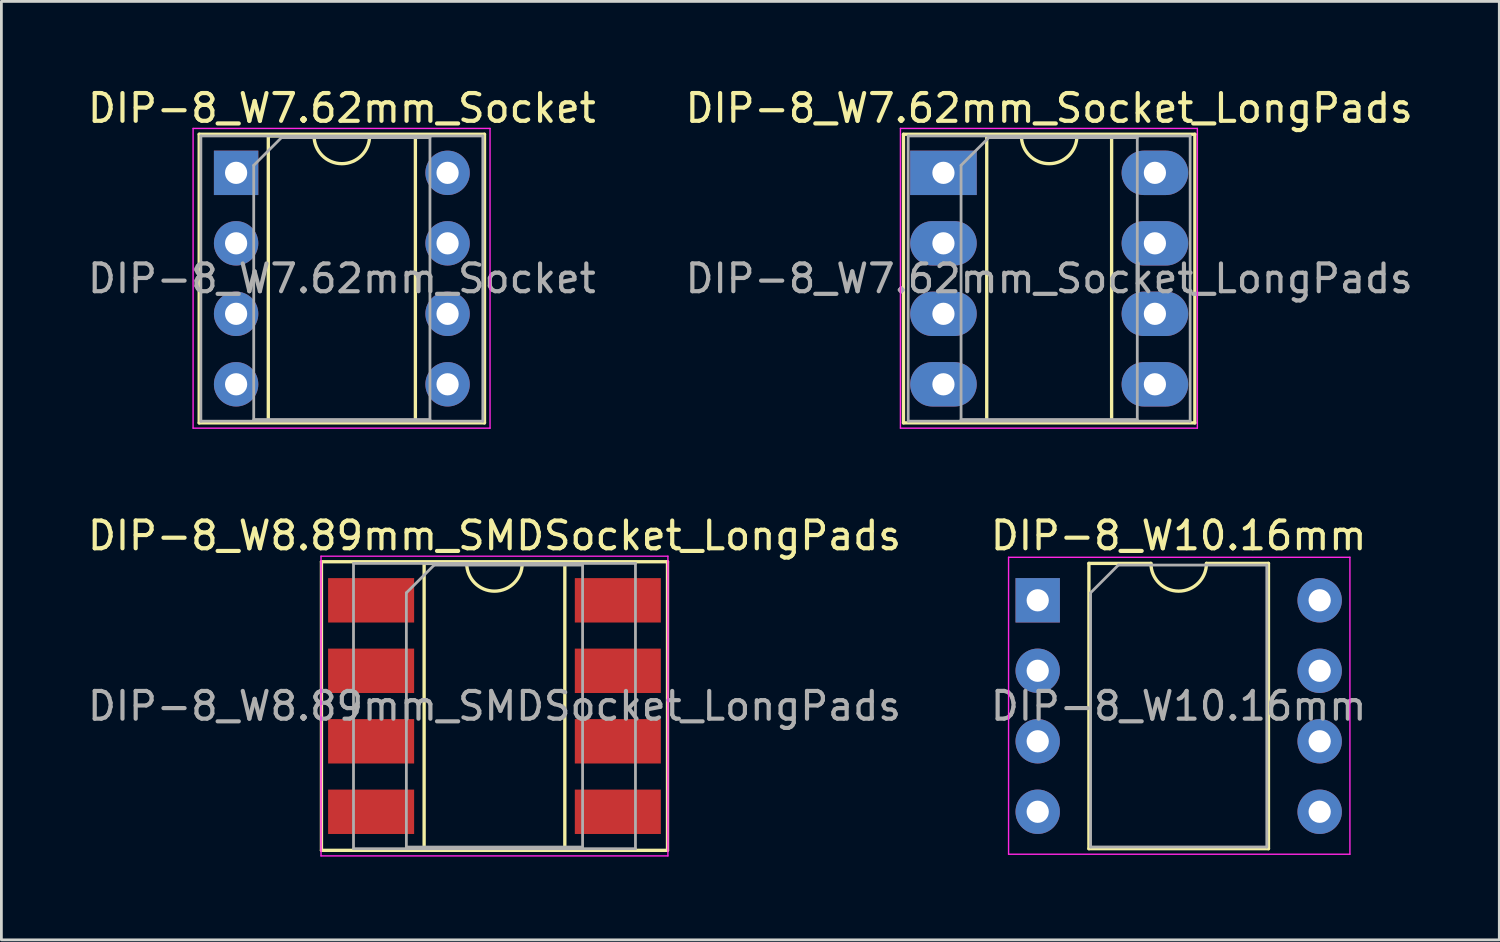
<source format=kicad_pcb>
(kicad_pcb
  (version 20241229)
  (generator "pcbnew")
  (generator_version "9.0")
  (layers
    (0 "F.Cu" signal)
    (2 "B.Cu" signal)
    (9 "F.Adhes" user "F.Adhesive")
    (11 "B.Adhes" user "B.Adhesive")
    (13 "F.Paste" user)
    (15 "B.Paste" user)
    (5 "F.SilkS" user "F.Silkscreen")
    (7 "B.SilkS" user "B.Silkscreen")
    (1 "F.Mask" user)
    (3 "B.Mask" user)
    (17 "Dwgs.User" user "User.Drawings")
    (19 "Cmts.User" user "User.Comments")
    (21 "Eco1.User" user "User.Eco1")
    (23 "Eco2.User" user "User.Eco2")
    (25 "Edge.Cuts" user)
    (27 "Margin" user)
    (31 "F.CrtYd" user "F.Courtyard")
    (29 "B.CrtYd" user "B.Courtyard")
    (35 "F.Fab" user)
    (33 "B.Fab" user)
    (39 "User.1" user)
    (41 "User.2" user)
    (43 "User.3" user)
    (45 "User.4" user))
  (footprint "DIP-8_W10.16mm"
    (layer "F.Cu")
    (at 34.343 18.581)
    (property "Reference" "DIP-8_W10.16mm" (at 5.08 -2.33 0) (layer "F.SilkS") (effects (font (size 1 1) (thickness 0.15))))
    (attr through_hole)
    (fp_line (start 1.845 -1.33) (end 1.845 8.95) (stroke (width 0.12) (type solid)) (layer "F.SilkS"))
    (fp_line (start 1.845 8.95) (end 8.315 8.95) (stroke (width 0.12) (type solid)) (layer "F.SilkS"))
    (fp_line (start 4.08 -1.33) (end 1.845 -1.33) (stroke (width 0.12) (type solid)) (layer "F.SilkS"))
    (fp_line (start 8.315 -1.33) (end 6.08 -1.33) (stroke (width 0.12) (type solid)) (layer "F.SilkS"))
    (fp_line (start 8.315 8.95) (end 8.315 -1.33) (stroke (width 0.12) (type solid)) (layer "F.SilkS"))
    (fp_arc (start 6.08 -1.33) (mid 5.08 -0.33) (end 4.08 -1.33) (stroke (width 0.12) (type solid)) (layer "F.SilkS"))
    (fp_line (start -1.05 -1.55) (end -1.05 9.15) (stroke (width 0.05) (type solid)) (layer "F.CrtYd"))
    (fp_line (start -1.05 9.15) (end 11.25 9.15) (stroke (width 0.05) (type solid)) (layer "F.CrtYd"))
    (fp_line (start 11.25 -1.55) (end -1.05 -1.55) (stroke (width 0.05) (type solid)) (layer "F.CrtYd"))
    (fp_line (start 11.25 9.15) (end 11.25 -1.55) (stroke (width 0.05) (type solid)) (layer "F.CrtYd"))
    (fp_line (start 1.905 -0.27) (end 2.905 -1.27) (stroke (width 0.1) (type solid)) (layer "F.Fab"))
    (fp_line (start 1.905 8.89) (end 1.905 -0.27) (stroke (width 0.1) (type solid)) (layer "F.Fab"))
    (fp_line (start 2.905 -1.27) (end 8.255 -1.27) (stroke (width 0.1) (type solid)) (layer "F.Fab"))
    (fp_line (start 8.255 -1.27) (end 8.255 8.89) (stroke (width 0.1) (type solid)) (layer "F.Fab"))
    (fp_line (start 8.255 8.89) (end 1.905 8.89) (stroke (width 0.1) (type solid)) (layer "F.Fab"))
    (fp_text user "${REFERENCE}" (at 5.08 3.81 0) (layer "F.Fab") (effects (font (size 1 1) (thickness 0.15))))
    (pad "1" thru_hole rect (at 0 0) (size 1.6 1.6) (drill 0.8) (layers "*.Cu" "*.Mask"))
    (pad "2" thru_hole oval (at 0 2.54) (size 1.6 1.6) (drill 0.8) (layers "*.Cu" "*.Mask"))
    (pad "3" thru_hole oval (at 0 5.08) (size 1.6 1.6) (drill 0.8) (layers "*.Cu" "*.Mask"))
    (pad "4" thru_hole oval (at 0 7.62) (size 1.6 1.6) (drill 0.8) (layers "*.Cu" "*.Mask"))
    (pad "5" thru_hole oval (at 10.16 7.62) (size 1.6 1.6) (drill 0.8) (layers "*.Cu" "*.Mask"))
    (pad "6" thru_hole oval (at 10.16 5.08) (size 1.6 1.6) (drill 0.8) (layers "*.Cu" "*.Mask"))
    (pad "7" thru_hole oval (at 10.16 2.54) (size 1.6 1.6) (drill 0.8) (layers "*.Cu" "*.Mask"))
    (pad "8" thru_hole oval (at 10.16 0) (size 1.6 1.6) (drill 0.8) (layers "*.Cu" "*.Mask")))
  (footprint "DIP-8_W7.62mm_Socket_LongPads"
    (layer "F.Cu")
    (at 30.946 3.178)
    (property "Reference" "DIP-8_W7.62mm_Socket_LongPads" (at 3.81 -2.33 0) (layer "F.SilkS") (effects (font (size 1 1) (thickness 0.15))))
    (attr through_hole)
    (fp_line (start -1.44 -1.39) (end -1.44 9.01) (stroke (width 0.12) (type solid)) (layer "F.SilkS"))
    (fp_line (start -1.44 9.01) (end 9.06 9.01) (stroke (width 0.12) (type solid)) (layer "F.SilkS"))
    (fp_line (start 1.56 -1.33) (end 1.56 8.95) (stroke (width 0.12) (type solid)) (layer "F.SilkS"))
    (fp_line (start 1.56 8.95) (end 6.06 8.95) (stroke (width 0.12) (type solid)) (layer "F.SilkS"))
    (fp_line (start 2.81 -1.33) (end 1.56 -1.33) (stroke (width 0.12) (type solid)) (layer "F.SilkS"))
    (fp_line (start 6.06 -1.33) (end 4.81 -1.33) (stroke (width 0.12) (type solid)) (layer "F.SilkS"))
    (fp_line (start 6.06 8.95) (end 6.06 -1.33) (stroke (width 0.12) (type solid)) (layer "F.SilkS"))
    (fp_line (start 9.06 -1.39) (end -1.44 -1.39) (stroke (width 0.12) (type solid)) (layer "F.SilkS"))
    (fp_line (start 9.06 9.01) (end 9.06 -1.39) (stroke (width 0.12) (type solid)) (layer "F.SilkS"))
    (fp_arc (start 4.81 -1.33) (mid 3.81 -0.33) (end 2.81 -1.33) (stroke (width 0.12) (type solid)) (layer "F.SilkS"))
    (fp_line (start -1.55 -1.6) (end -1.55 9.2) (stroke (width 0.05) (type solid)) (layer "F.CrtYd"))
    (fp_line (start -1.55 9.2) (end 9.15 9.2) (stroke (width 0.05) (type solid)) (layer "F.CrtYd"))
    (fp_line (start 9.15 -1.6) (end -1.55 -1.6) (stroke (width 0.05) (type solid)) (layer "F.CrtYd"))
    (fp_line (start 9.15 9.2) (end 9.15 -1.6) (stroke (width 0.05) (type solid)) (layer "F.CrtYd"))
    (fp_line (start -1.27 -1.33) (end -1.27 8.95) (stroke (width 0.1) (type solid)) (layer "F.Fab"))
    (fp_line (start -1.27 8.95) (end 8.89 8.95) (stroke (width 0.1) (type solid)) (layer "F.Fab"))
    (fp_line (start 0.635 -0.27) (end 1.635 -1.27) (stroke (width 0.1) (type solid)) (layer "F.Fab"))
    (fp_line (start 0.635 8.89) (end 0.635 -0.27) (stroke (width 0.1) (type solid)) (layer "F.Fab"))
    (fp_line (start 1.635 -1.27) (end 6.985 -1.27) (stroke (width 0.1) (type solid)) (layer "F.Fab"))
    (fp_line (start 6.985 -1.27) (end 6.985 8.89) (stroke (width 0.1) (type solid)) (layer "F.Fab"))
    (fp_line (start 6.985 8.89) (end 0.635 8.89) (stroke (width 0.1) (type solid)) (layer "F.Fab"))
    (fp_line (start 8.89 -1.33) (end -1.27 -1.33) (stroke (width 0.1) (type solid)) (layer "F.Fab"))
    (fp_line (start 8.89 8.95) (end 8.89 -1.33) (stroke (width 0.1) (type solid)) (layer "F.Fab"))
    (fp_text user "${REFERENCE}" (at 3.81 3.81 0) (layer "F.Fab") (effects (font (size 1 1) (thickness 0.15))))
    (pad "1" thru_hole rect (at 0 0) (size 2.4 1.6) (drill 0.8) (layers "*.Cu" "*.Mask"))
    (pad "2" thru_hole oval (at 0 2.54) (size 2.4 1.6) (drill 0.8) (layers "*.Cu" "*.Mask"))
    (pad "3" thru_hole oval (at 0 5.08) (size 2.4 1.6) (drill 0.8) (layers "*.Cu" "*.Mask"))
    (pad "4" thru_hole oval (at 0 7.62) (size 2.4 1.6) (drill 0.8) (layers "*.Cu" "*.Mask"))
    (pad "5" thru_hole oval (at 7.62 7.62) (size 2.4 1.6) (drill 0.8) (layers "*.Cu" "*.Mask"))
    (pad "6" thru_hole oval (at 7.62 5.08) (size 2.4 1.6) (drill 0.8) (layers "*.Cu" "*.Mask"))
    (pad "7" thru_hole oval (at 7.62 2.54) (size 2.4 1.6) (drill 0.8) (layers "*.Cu" "*.Mask"))
    (pad "8" thru_hole oval (at 7.62 0) (size 2.4 1.6) (drill 0.8) (layers "*.Cu" "*.Mask")))
  (footprint "DIP-8_W7.62mm_Socket"
    (layer "F.Cu")
    (at 5.458 3.178)
    (property "Reference" "DIP-8_W7.62mm_Socket" (at 3.81 -2.33 0) (layer "F.SilkS") (effects (font (size 1 1) (thickness 0.15))))
    (attr through_hole)
    (fp_line (start -1.33 -1.39) (end -1.33 9.01) (stroke (width 0.12) (type solid)) (layer "F.SilkS"))
    (fp_line (start -1.33 9.01) (end 8.95 9.01) (stroke (width 0.12) (type solid)) (layer "F.SilkS"))
    (fp_line (start 1.16 -1.33) (end 1.16 8.95) (stroke (width 0.12) (type solid)) (layer "F.SilkS"))
    (fp_line (start 1.16 8.95) (end 6.46 8.95) (stroke (width 0.12) (type solid)) (layer "F.SilkS"))
    (fp_line (start 2.81 -1.33) (end 1.16 -1.33) (stroke (width 0.12) (type solid)) (layer "F.SilkS"))
    (fp_line (start 6.46 -1.33) (end 4.81 -1.33) (stroke (width 0.12) (type solid)) (layer "F.SilkS"))
    (fp_line (start 6.46 8.95) (end 6.46 -1.33) (stroke (width 0.12) (type solid)) (layer "F.SilkS"))
    (fp_line (start 8.95 -1.39) (end -1.33 -1.39) (stroke (width 0.12) (type solid)) (layer "F.SilkS"))
    (fp_line (start 8.95 9.01) (end 8.95 -1.39) (stroke (width 0.12) (type solid)) (layer "F.SilkS"))
    (fp_arc (start 4.81 -1.33) (mid 3.81 -0.33) (end 2.81 -1.33) (stroke (width 0.12) (type solid)) (layer "F.SilkS"))
    (fp_line (start -1.55 -1.6) (end -1.55 9.2) (stroke (width 0.05) (type solid)) (layer "F.CrtYd"))
    (fp_line (start -1.55 9.2) (end 9.15 9.2) (stroke (width 0.05) (type solid)) (layer "F.CrtYd"))
    (fp_line (start 9.15 -1.6) (end -1.55 -1.6) (stroke (width 0.05) (type solid)) (layer "F.CrtYd"))
    (fp_line (start 9.15 9.2) (end 9.15 -1.6) (stroke (width 0.05) (type solid)) (layer "F.CrtYd"))
    (fp_line (start -1.27 -1.33) (end -1.27 8.95) (stroke (width 0.1) (type solid)) (layer "F.Fab"))
    (fp_line (start -1.27 8.95) (end 8.89 8.95) (stroke (width 0.1) (type solid)) (layer "F.Fab"))
    (fp_line (start 0.635 -0.27) (end 1.635 -1.27) (stroke (width 0.1) (type solid)) (layer "F.Fab"))
    (fp_line (start 0.635 8.89) (end 0.635 -0.27) (stroke (width 0.1) (type solid)) (layer "F.Fab"))
    (fp_line (start 1.635 -1.27) (end 6.985 -1.27) (stroke (width 0.1) (type solid)) (layer "F.Fab"))
    (fp_line (start 6.985 -1.27) (end 6.985 8.89) (stroke (width 0.1) (type solid)) (layer "F.Fab"))
    (fp_line (start 6.985 8.89) (end 0.635 8.89) (stroke (width 0.1) (type solid)) (layer "F.Fab"))
    (fp_line (start 8.89 -1.33) (end -1.27 -1.33) (stroke (width 0.1) (type solid)) (layer "F.Fab"))
    (fp_line (start 8.89 8.95) (end 8.89 -1.33) (stroke (width 0.1) (type solid)) (layer "F.Fab"))
    (fp_text user "${REFERENCE}" (at 3.81 3.81 0) (layer "F.Fab") (effects (font (size 1 1) (thickness 0.15))))
    (pad "1" thru_hole rect (at 0 0) (size 1.6 1.6) (drill 0.8) (layers "*.Cu" "*.Mask"))
    (pad "2" thru_hole oval (at 0 2.54) (size 1.6 1.6) (drill 0.8) (layers "*.Cu" "*.Mask"))
    (pad "3" thru_hole oval (at 0 5.08) (size 1.6 1.6) (drill 0.8) (layers "*.Cu" "*.Mask"))
    (pad "4" thru_hole oval (at 0 7.62) (size 1.6 1.6) (drill 0.8) (layers "*.Cu" "*.Mask"))
    (pad "5" thru_hole oval (at 7.62 7.62) (size 1.6 1.6) (drill 0.8) (layers "*.Cu" "*.Mask"))
    (pad "6" thru_hole oval (at 7.62 5.08) (size 1.6 1.6) (drill 0.8) (layers "*.Cu" "*.Mask"))
    (pad "7" thru_hole oval (at 7.62 2.54) (size 1.6 1.6) (drill 0.8) (layers "*.Cu" "*.Mask"))
    (pad "8" thru_hole oval (at 7.62 0) (size 1.6 1.6) (drill 0.8) (layers "*.Cu" "*.Mask")))
  (footprint "DIP-8_W8.89mm_SMDSocket_LongPads"
    (layer "F.Cu")
    (at 14.768 22.392)
    (property "Reference" "DIP-8_W8.89mm_SMDSocket_LongPads" (at 0 -6.14 0) (layer "F.SilkS") (effects (font (size 1 1) (thickness 0.15))))
    (attr smd)
    (fp_line (start -6.235 -5.2) (end -6.235 5.2) (stroke (width 0.12) (type solid)) (layer "F.SilkS"))
    (fp_line (start -6.235 5.2) (end 6.235 5.2) (stroke (width 0.12) (type solid)) (layer "F.SilkS"))
    (fp_line (start -2.535 -5.14) (end -2.535 5.14) (stroke (width 0.12) (type solid)) (layer "F.SilkS"))
    (fp_line (start -2.535 5.14) (end 2.535 5.14) (stroke (width 0.12) (type solid)) (layer "F.SilkS"))
    (fp_line (start -1 -5.14) (end -2.535 -5.14) (stroke (width 0.12) (type solid)) (layer "F.SilkS"))
    (fp_line (start 2.535 -5.14) (end 1 -5.14) (stroke (width 0.12) (type solid)) (layer "F.SilkS"))
    (fp_line (start 2.535 5.14) (end 2.535 -5.14) (stroke (width 0.12) (type solid)) (layer "F.SilkS"))
    (fp_line (start 6.235 -5.2) (end -6.235 -5.2) (stroke (width 0.12) (type solid)) (layer "F.SilkS"))
    (fp_line (start 6.235 5.2) (end 6.235 -5.2) (stroke (width 0.12) (type solid)) (layer "F.SilkS"))
    (fp_arc (start 1 -5.14) (mid 0 -4.14) (end -1 -5.14) (stroke (width 0.12) (type solid)) (layer "F.SilkS"))
    (fp_line (start -6.25 -5.4) (end -6.25 5.4) (stroke (width 0.05) (type solid)) (layer "F.CrtYd"))
    (fp_line (start -6.25 5.4) (end 6.25 5.4) (stroke (width 0.05) (type solid)) (layer "F.CrtYd"))
    (fp_line (start 6.25 -5.4) (end -6.25 -5.4) (stroke (width 0.05) (type solid)) (layer "F.CrtYd"))
    (fp_line (start 6.25 5.4) (end 6.25 -5.4) (stroke (width 0.05) (type solid)) (layer "F.CrtYd"))
    (fp_line (start -5.08 -5.14) (end -5.08 5.14) (stroke (width 0.1) (type solid)) (layer "F.Fab"))
    (fp_line (start -5.08 5.14) (end 5.08 5.14) (stroke (width 0.1) (type solid)) (layer "F.Fab"))
    (fp_line (start -3.175 -4.08) (end -2.175 -5.08) (stroke (width 0.1) (type solid)) (layer "F.Fab"))
    (fp_line (start -3.175 5.08) (end -3.175 -4.08) (stroke (width 0.1) (type solid)) (layer "F.Fab"))
    (fp_line (start -2.175 -5.08) (end 3.175 -5.08) (stroke (width 0.1) (type solid)) (layer "F.Fab"))
    (fp_line (start 3.175 -5.08) (end 3.175 5.08) (stroke (width 0.1) (type solid)) (layer "F.Fab"))
    (fp_line (start 3.175 5.08) (end -3.175 5.08) (stroke (width 0.1) (type solid)) (layer "F.Fab"))
    (fp_line (start 5.08 -5.14) (end -5.08 -5.14) (stroke (width 0.1) (type solid)) (layer "F.Fab"))
    (fp_line (start 5.08 5.14) (end 5.08 -5.14) (stroke (width 0.1) (type solid)) (layer "F.Fab"))
    (fp_text user "${REFERENCE}" (at 0 0 0) (layer "F.Fab") (effects (font (size 1 1) (thickness 0.15))))
    (pad "1" smd rect (at -4.445 -3.81) (size 3.1 1.6) (layers "F.Cu" "F.Mask" "F.Paste"))
    (pad "2" smd rect (at -4.445 -1.27) (size 3.1 1.6) (layers "F.Cu" "F.Mask" "F.Paste"))
    (pad "3" smd rect (at -4.445 1.27) (size 3.1 1.6) (layers "F.Cu" "F.Mask" "F.Paste"))
    (pad "4" smd rect (at -4.445 3.81) (size 3.1 1.6) (layers "F.Cu" "F.Mask" "F.Paste"))
    (pad "5" smd rect (at 4.445 3.81) (size 3.1 1.6) (layers "F.Cu" "F.Mask" "F.Paste"))
    (pad "6" smd rect (at 4.445 1.27) (size 3.1 1.6) (layers "F.Cu" "F.Mask" "F.Paste"))
    (pad "7" smd rect (at 4.445 -1.27) (size 3.1 1.6) (layers "F.Cu" "F.Mask" "F.Paste"))
    (pad "8" smd rect (at 4.445 -3.81) (size 3.1 1.6) (layers "F.Cu" "F.Mask" "F.Paste")))
  (gr_rect
    (start -3 -3)
    (end 50.976 30.817)
    (stroke (width 0.1) (type default))
    (fill no)
    (layer "Edge.Cuts")))
</source>
